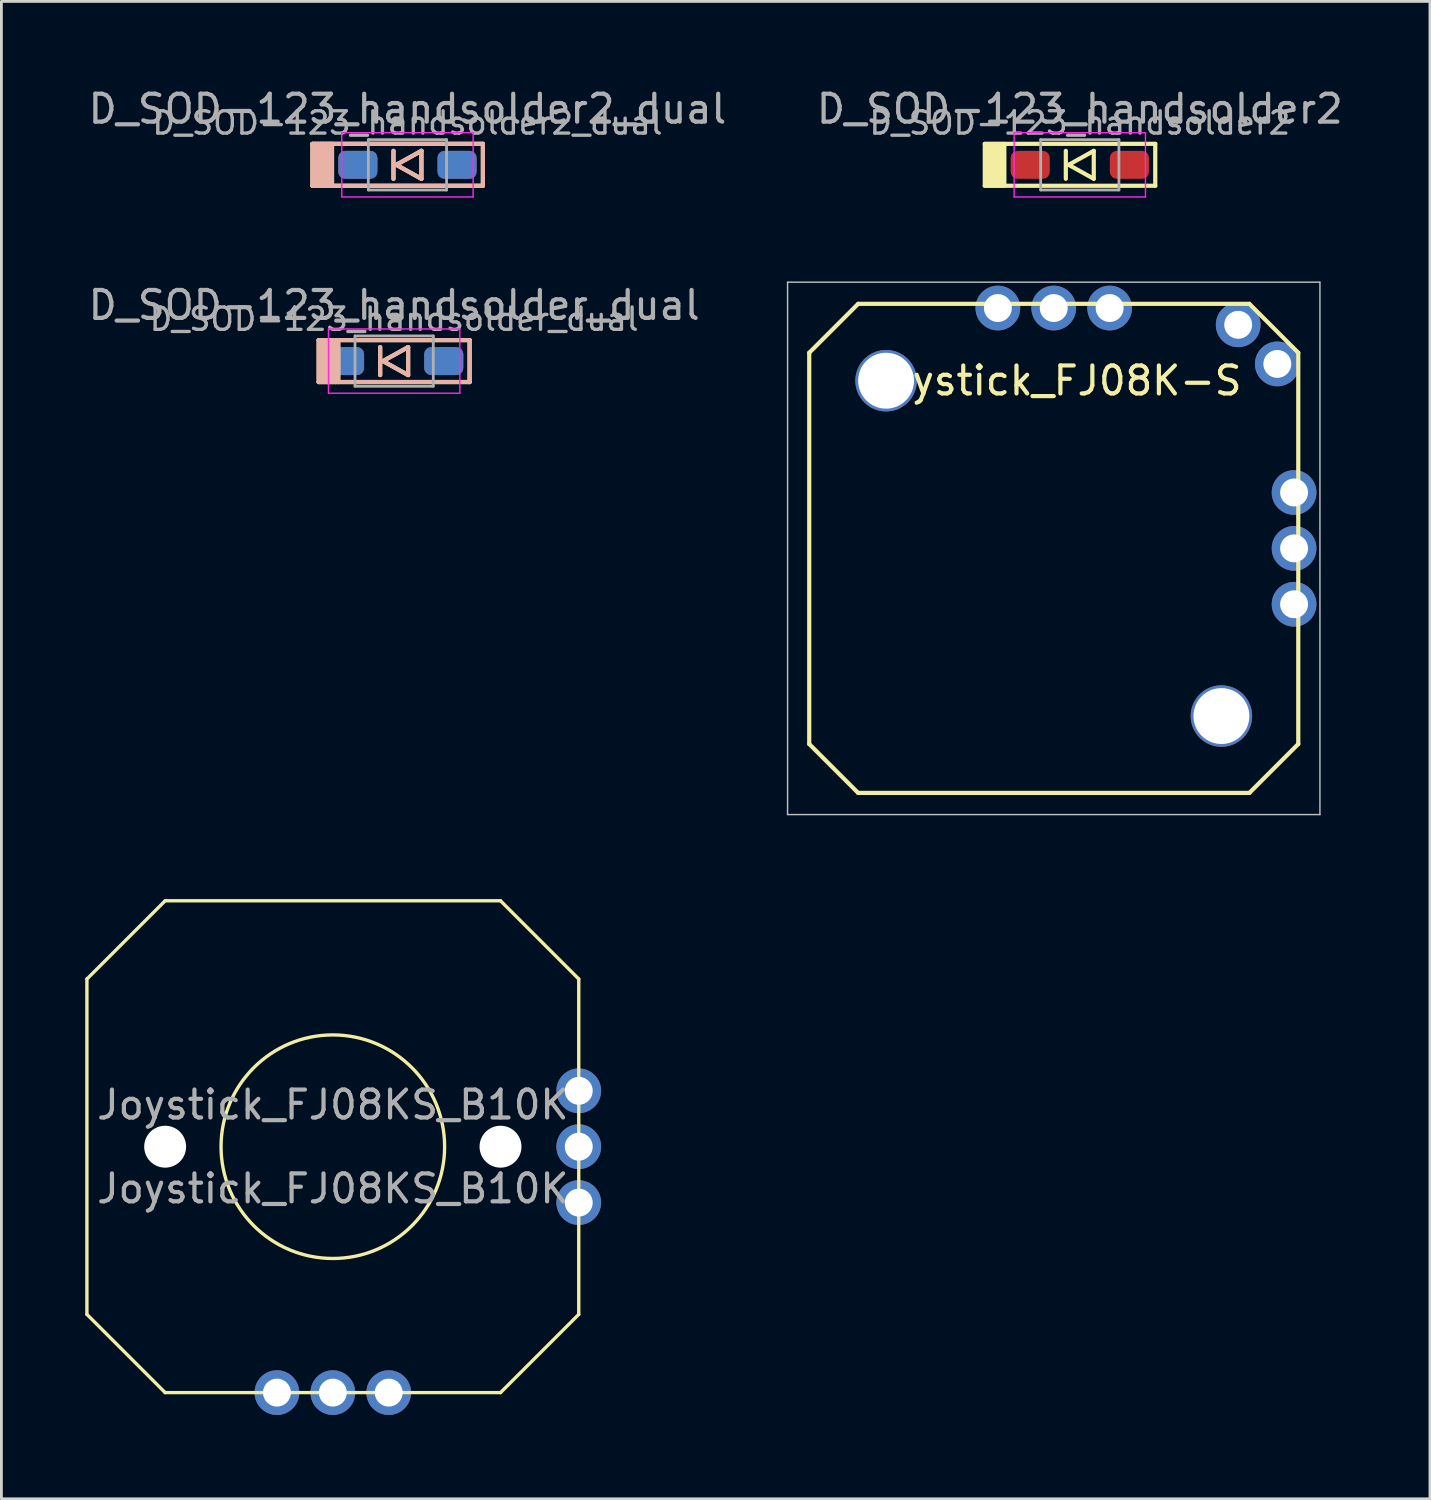
<source format=kicad_pcb>
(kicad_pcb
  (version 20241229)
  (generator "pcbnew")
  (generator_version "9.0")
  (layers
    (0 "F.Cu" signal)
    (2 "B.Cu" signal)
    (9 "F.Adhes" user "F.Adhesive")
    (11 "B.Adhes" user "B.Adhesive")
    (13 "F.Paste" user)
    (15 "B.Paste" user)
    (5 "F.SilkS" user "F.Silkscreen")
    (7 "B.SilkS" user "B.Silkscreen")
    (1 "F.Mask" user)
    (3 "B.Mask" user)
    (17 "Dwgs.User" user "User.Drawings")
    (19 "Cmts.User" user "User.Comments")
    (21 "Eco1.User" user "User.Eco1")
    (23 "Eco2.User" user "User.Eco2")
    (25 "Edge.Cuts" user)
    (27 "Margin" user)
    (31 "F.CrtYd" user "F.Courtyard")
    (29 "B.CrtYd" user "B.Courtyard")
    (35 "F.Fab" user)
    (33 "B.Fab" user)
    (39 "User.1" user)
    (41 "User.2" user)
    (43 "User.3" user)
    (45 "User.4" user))
  (footprint "D_SOD-123_handsolder2_dual"
    (layer "F.Cu")
    (at 11.53 2.848)
    (property "Reference" "D_SOD-123_handsolder2_dual" (at 0 -1.5 0) (layer "F.Fab") (effects (font (size 0.8 0.8) (thickness 0.12))))
    (attr smd)
    (fp_line (start -3.4 -0.75) (end -3.4 0.75) (stroke (width 0.15) (type solid)) (layer "F.SilkS"))
    (fp_line (start -3.4 0.75) (end 2.7 0.75) (stroke (width 0.15) (type solid)) (layer "F.SilkS"))
    (fp_line (start -3.3 -0.75) (end -3.3 0.75) (stroke (width 0.15) (type solid)) (layer "F.SilkS"))
    (fp_line (start -3.2 -0.75) (end -3.2 0.75) (stroke (width 0.15) (type solid)) (layer "F.SilkS"))
    (fp_line (start -3.1 -0.75) (end -3.1 0.75) (stroke (width 0.15) (type solid)) (layer "F.SilkS"))
    (fp_line (start -3 -0.75) (end -3 0.75) (stroke (width 0.15) (type solid)) (layer "F.SilkS"))
    (fp_line (start -2.9 -0.75) (end -2.9 0.75) (stroke (width 0.15) (type solid)) (layer "F.SilkS"))
    (fp_line (start -2.8 -0.75) (end -2.8 0.75) (stroke (width 0.15) (type solid)) (layer "F.SilkS"))
    (fp_line (start -2.7 -0.75) (end -2.7 0.75) (stroke (width 0.15) (type solid)) (layer "F.SilkS"))
    (fp_line (start -0.5 -0.5) (end -0.5 0.5) (stroke (width 0.15) (type solid)) (layer "F.SilkS"))
    (fp_line (start -0.4 0) (end 0.5 -0.5) (stroke (width 0.15) (type solid)) (layer "F.SilkS"))
    (fp_line (start 0.5 -0.5) (end 0.5 0.5) (stroke (width 0.15) (type solid)) (layer "F.SilkS"))
    (fp_line (start 0.5 0.5) (end -0.4 0) (stroke (width 0.15) (type solid)) (layer "F.SilkS"))
    (fp_line (start 2.7 -0.75) (end -3.4 -0.75) (stroke (width 0.15) (type solid)) (layer "F.SilkS"))
    (fp_line (start 2.7 -0.75) (end 2.7 0.75) (stroke (width 0.15) (type solid)) (layer "F.SilkS"))
    (fp_line (start -3.4 -0.75) (end 2.7 -0.75) (stroke (width 0.15) (type solid)) (layer "B.SilkS"))
    (fp_line (start -3.4 0.75) (end -3.4 -0.75) (stroke (width 0.15) (type solid)) (layer "B.SilkS"))
    (fp_line (start -3.3 0.75) (end -3.3 -0.75) (stroke (width 0.15) (type solid)) (layer "B.SilkS"))
    (fp_line (start -3.2 0.75) (end -3.2 -0.75) (stroke (width 0.15) (type solid)) (layer "B.SilkS"))
    (fp_line (start -3.1 0.75) (end -3.1 -0.75) (stroke (width 0.15) (type solid)) (layer "B.SilkS"))
    (fp_line (start -3 0.75) (end -3 -0.75) (stroke (width 0.15) (type solid)) (layer "B.SilkS"))
    (fp_line (start -2.9 0.75) (end -2.9 -0.75) (stroke (width 0.15) (type solid)) (layer "B.SilkS"))
    (fp_line (start -2.8 0.75) (end -2.8 -0.75) (stroke (width 0.15) (type solid)) (layer "B.SilkS"))
    (fp_line (start -2.7 0.75) (end -2.7 -0.75) (stroke (width 0.15) (type solid)) (layer "B.SilkS"))
    (fp_line (start -0.5 0.5) (end -0.5 -0.5) (stroke (width 0.15) (type solid)) (layer "B.SilkS"))
    (fp_line (start -0.4 0) (end 0.5 0.5) (stroke (width 0.15) (type solid)) (layer "B.SilkS"))
    (fp_line (start 0.5 -0.5) (end -0.4 0) (stroke (width 0.15) (type solid)) (layer "B.SilkS"))
    (fp_line (start 0.5 0.5) (end 0.5 -0.5) (stroke (width 0.15) (type solid)) (layer "B.SilkS"))
    (fp_line (start 2.7 0.75) (end -3.4 0.75) (stroke (width 0.15) (type solid)) (layer "B.SilkS"))
    (fp_line (start 2.7 0.75) (end 2.7 -0.75) (stroke (width 0.15) (type solid)) (layer "B.SilkS"))
    (fp_line (start -2.35 -1.15) (end -2.35 1.15) (stroke (width 0.05) (type solid)) (layer "F.CrtYd"))
    (fp_line (start -2.35 -1.15) (end 2.35 -1.15) (stroke (width 0.05) (type solid)) (layer "F.CrtYd"))
    (fp_line (start 2.35 -1.15) (end 2.35 1.15) (stroke (width 0.05) (type solid)) (layer "F.CrtYd"))
    (fp_line (start 2.35 1.15) (end -2.35 1.15) (stroke (width 0.05) (type solid)) (layer "F.CrtYd"))
    (fp_line (start -1.4 -0.9) (end 1.4 -0.9) (stroke (width 0.1) (type solid)) (layer "F.Fab"))
    (fp_line (start -1.4 0.9) (end -1.4 -0.9) (stroke (width 0.1) (type solid)) (layer "F.Fab"))
    (fp_line (start 1.4 -0.9) (end 1.4 0.9) (stroke (width 0.1) (type solid)) (layer "F.Fab"))
    (fp_line (start 1.4 0.9) (end -1.4 0.9) (stroke (width 0.1) (type solid)) (layer "F.Fab"))
    (fp_text user "${REFERENCE}" (at 0 -2 0) (layer "F.Fab") (effects (font (size 1 1) (thickness 0.15))))
    (pad "1" smd roundrect (at -1.775 0) (size 1.4 1) (layers "F.Cu" "F.Mask" "F.Paste") (roundrect_rratio 0.25))
    (pad "1" smd roundrect (at -1.775 0 180) (size 1.4 1) (layers "B.Cu" "B.Mask" "B.Paste") (roundrect_rratio 0.25))
    (pad "2" smd roundrect (at 1.775 0) (size 1.4 1) (layers "F.Cu" "F.Mask" "F.Paste") (roundrect_rratio 0.25))
    (pad "2" smd roundrect (at 1.775 0 180) (size 1.4 1) (layers "B.Cu" "B.Mask" "B.Paste") (roundrect_rratio 0.25)))
  (footprint "Joystick_FJ08K-S"
    (layer "F.Cu")
    (at 34.657 16.573)
    (property "Reference" "Joystick_FJ08K-S" (at 0 -6 0) (unlocked yes) (layer "F.SilkS") (effects (font (size 1 1) (thickness 0.15))))
    (attr through_hole)
    (fp_line (start -8.75 -7) (end -8.75 7) (stroke (width 0.15) (type solid)) (layer "F.SilkS"))
    (fp_line (start -8.75 7) (end -7 8.75) (stroke (width 0.15) (type solid)) (layer "F.SilkS"))
    (fp_line (start -7 -8.75) (end -8.75 -7) (stroke (width 0.15) (type solid)) (layer "F.SilkS"))
    (fp_line (start -7 8.75) (end 7 8.75) (stroke (width 0.15) (type solid)) (layer "F.SilkS"))
    (fp_line (start 7 -8.75) (end -7 -8.75) (stroke (width 0.15) (type solid)) (layer "F.SilkS"))
    (fp_line (start 7 8.75) (end 8.75 7) (stroke (width 0.15) (type solid)) (layer "F.SilkS"))
    (fp_line (start 8.75 -7) (end 7 -8.75) (stroke (width 0.15) (type solid)) (layer "F.SilkS"))
    (fp_line (start 8.75 7) (end 8.75 -7) (stroke (width 0.15) (type solid)) (layer "F.SilkS"))
    (fp_line (start -9.525 -9.525) (end -9.525 9.525) (stroke (width 0.05) (type solid)) (layer "Dwgs.User"))
    (fp_line (start -9.525 9.525) (end 9.525 9.525) (stroke (width 0.05) (type solid)) (layer "Dwgs.User"))
    (fp_line (start 9.525 -9.525) (end -9.525 -9.525) (stroke (width 0.05) (type solid)) (layer "Dwgs.User"))
    (fp_line (start 9.525 9.525) (end 9.525 -9.525) (stroke (width 0.05) (type solid)) (layer "Dwgs.User"))
    (pad "" np_thru_hole circle (at -6 -6) (size 2.2 2.2) (drill 2) (layers "*.Cu" "*.Mask"))
    (pad "" np_thru_hole circle (at 6 6) (size 2.2 2.2) (drill 2) (layers "*.Cu" "*.Mask"))
    (pad "1" thru_hole circle (at 2 -8.6) (size 1.6 1.6) (drill 1) (layers "*.Cu" "*.Mask"))
    (pad "1" thru_hole circle (at 8.6 2 270) (size 1.6 1.6) (drill 1) (layers "*.Cu" "*.Mask"))
    (pad "2" thru_hole circle (at -2 -8.6) (size 1.6 1.6) (drill 1) (layers "*.Cu" "*.Mask"))
    (pad "2" thru_hole circle (at 8.6 -2 270) (size 1.6 1.6) (drill 1) (layers "*.Cu" "*.Mask"))
    (pad "3" thru_hole circle (at 8.6 0 270) (size 1.6 1.6) (drill 1) (layers "*.Cu" "*.Mask"))
    (pad "4" thru_hole circle (at 0 -8.6) (size 1.6 1.6) (drill 1) (layers "*.Cu" "*.Mask"))
    (pad "5" thru_hole circle (at 6.6 -8) (size 1.6 1.6) (drill 1) (layers "*.Cu" "*.Mask"))
    (pad "6" thru_hole circle (at 8 -6.6 270) (size 1.6 1.6) (drill 1) (layers "*.Cu" "*.Mask")))
  (footprint "Joystick_FJ08KS_B10K"
    (layer "F.Cu")
    (at 8.86 37.983)
    (property "Reference" "Joystick_FJ08KS_B10K" (at 0 -1.5 0) (unlocked yes) (layer "F.Fab") (effects (font (size 1 1) (thickness 0.15))))
    (attr through_hole)
    (fp_line (start -8.8 6) (end -8.8 -6) (stroke (width 0.12) (type default)) (layer "F.SilkS"))
    (fp_line (start -8.8 6) (end -6 8.8) (stroke (width 0.12) (type default)) (layer "F.SilkS"))
    (fp_line (start -6 -8.8) (end -8.8 -6) (stroke (width 0.12) (type default)) (layer "F.SilkS"))
    (fp_line (start -6 -8.8) (end 6 -8.8) (stroke (width 0.12) (type default)) (layer "F.SilkS"))
    (fp_line (start -6 8.8) (end 6 8.8) (stroke (width 0.12) (type default)) (layer "F.SilkS"))
    (fp_line (start 6 -8.8) (end 8.8 -6) (stroke (width 0.12) (type default)) (layer "F.SilkS"))
    (fp_line (start 8.8 6) (end 6 8.8) (stroke (width 0.12) (type default)) (layer "F.SilkS"))
    (fp_line (start 8.8 6) (end 8.8 -6) (stroke (width 0.12) (type default)) (layer "F.SilkS"))
    (fp_circle (center 0 0) (end 4 0) (stroke (width 0.12) (type default)) (fill no) (layer "F.SilkS"))
    (fp_text user "${REFERENCE}" (at 0 1.5 0) (unlocked yes) (layer "F.Fab") (effects (font (size 1 1) (thickness 0.15))))
    (pad "" np_thru_hole circle (at -6 0) (size 1.5 1.5) (drill 1.5) (layers "*.Cu" "*.Mask"))
    (pad "" np_thru_hole circle (at 6 0) (size 1.5 1.5) (drill 1.5) (layers "*.Cu" "*.Mask"))
    (pad "1" thru_hole circle (at -2 8.8) (size 1.6 1.6) (drill 1) (layers "*.Cu" "*.Mask"))
    (pad "1" thru_hole circle (at 8.8 -2) (size 1.6 1.6) (drill 1) (layers "*.Cu" "*.Mask"))
    (pad "2" thru_hole circle (at 2 8.8) (size 1.6 1.6) (drill 1) (layers "*.Cu" "*.Mask"))
    (pad "2" thru_hole circle (at 8.8 2) (size 1.6 1.6) (drill 1) (layers "*.Cu" "*.Mask"))
    (pad "3" thru_hole circle (at 8.8 0) (size 1.6 1.6) (drill 1) (layers "*.Cu" "*.Mask"))
    (pad "4" thru_hole circle (at 0 8.8) (size 1.6 1.6) (drill 1) (layers "*.Cu" "*.Mask")))
  (footprint "D_SOD-123_handsolder_dual"
    (layer "F.Cu")
    (at 11.054 9.871)
    (property "Reference" "D_SOD-123_handsolder_dual" (at 0 -1.5 0) (layer "F.Fab") (effects (font (size 0.8 0.8) (thickness 0.12))))
    (attr smd)
    (fp_line (start -2.7 -0.75) (end -2.7 0.75) (stroke (width 0.15) (type solid)) (layer "F.SilkS"))
    (fp_line (start -2.7 0.75) (end 2.7 0.75) (stroke (width 0.15) (type solid)) (layer "F.SilkS"))
    (fp_line (start -2.6 -0.75) (end -2.6 0.75) (stroke (width 0.15) (type solid)) (layer "F.SilkS"))
    (fp_line (start -2.5 -0.75) (end -2.5 0.75) (stroke (width 0.15) (type solid)) (layer "F.SilkS"))
    (fp_line (start -2.4 -0.75) (end -2.4 0.75) (stroke (width 0.15) (type solid)) (layer "F.SilkS"))
    (fp_line (start -2.3 -0.75) (end -2.3 0.75) (stroke (width 0.15) (type solid)) (layer "F.SilkS"))
    (fp_line (start -2.2 -0.75) (end -2.2 0.75) (stroke (width 0.15) (type solid)) (layer "F.SilkS"))
    (fp_line (start -2.1 -0.75) (end -2.1 0.75) (stroke (width 0.15) (type solid)) (layer "F.SilkS"))
    (fp_line (start -2 -0.75) (end -2 0.75) (stroke (width 0.15) (type solid)) (layer "F.SilkS"))
    (fp_line (start -0.5 -0.5) (end -0.5 0.5) (stroke (width 0.15) (type solid)) (layer "F.SilkS"))
    (fp_line (start -0.4 0) (end 0.5 -0.5) (stroke (width 0.15) (type solid)) (layer "F.SilkS"))
    (fp_line (start 0.5 -0.5) (end 0.5 0.5) (stroke (width 0.15) (type solid)) (layer "F.SilkS"))
    (fp_line (start 0.5 0.5) (end -0.4 0) (stroke (width 0.15) (type solid)) (layer "F.SilkS"))
    (fp_line (start 2.7 -0.75) (end -2.7 -0.75) (stroke (width 0.15) (type solid)) (layer "F.SilkS"))
    (fp_line (start 2.7 -0.75) (end 2.7 0.75) (stroke (width 0.15) (type solid)) (layer "F.SilkS"))
    (fp_line (start -2.7 -0.75) (end 2.7 -0.75) (stroke (width 0.15) (type solid)) (layer "B.SilkS"))
    (fp_line (start -2.7 0.75) (end -2.7 -0.75) (stroke (width 0.15) (type solid)) (layer "B.SilkS"))
    (fp_line (start -2.6 0.75) (end -2.6 -0.75) (stroke (width 0.15) (type solid)) (layer "B.SilkS"))
    (fp_line (start -2.5 0.75) (end -2.5 -0.75) (stroke (width 0.15) (type solid)) (layer "B.SilkS"))
    (fp_line (start -2.4 0.75) (end -2.4 -0.75) (stroke (width 0.15) (type solid)) (layer "B.SilkS"))
    (fp_line (start -2.3 0.75) (end -2.3 -0.75) (stroke (width 0.15) (type solid)) (layer "B.SilkS"))
    (fp_line (start -2.2 0.75) (end -2.2 -0.75) (stroke (width 0.15) (type solid)) (layer "B.SilkS"))
    (fp_line (start -2.1 0.75) (end -2.1 -0.75) (stroke (width 0.15) (type solid)) (layer "B.SilkS"))
    (fp_line (start -2 0.75) (end -2 -0.75) (stroke (width 0.15) (type solid)) (layer "B.SilkS"))
    (fp_line (start -0.5 0.5) (end -0.5 -0.5) (stroke (width 0.15) (type solid)) (layer "B.SilkS"))
    (fp_line (start -0.4 0) (end 0.5 0.5) (stroke (width 0.15) (type solid)) (layer "B.SilkS"))
    (fp_line (start 0.5 -0.5) (end -0.4 0) (stroke (width 0.15) (type solid)) (layer "B.SilkS"))
    (fp_line (start 0.5 0.5) (end 0.5 -0.5) (stroke (width 0.15) (type solid)) (layer "B.SilkS"))
    (fp_line (start 2.7 0.75) (end -2.7 0.75) (stroke (width 0.15) (type solid)) (layer "B.SilkS"))
    (fp_line (start 2.7 0.75) (end 2.7 -0.75) (stroke (width 0.15) (type solid)) (layer "B.SilkS"))
    (fp_line (start -2.35 -1.15) (end -2.35 1.15) (stroke (width 0.05) (type solid)) (layer "F.CrtYd"))
    (fp_line (start -2.35 -1.15) (end 2.35 -1.15) (stroke (width 0.05) (type solid)) (layer "F.CrtYd"))
    (fp_line (start 2.35 -1.15) (end 2.35 1.15) (stroke (width 0.05) (type solid)) (layer "F.CrtYd"))
    (fp_line (start 2.35 1.15) (end -2.35 1.15) (stroke (width 0.05) (type solid)) (layer "F.CrtYd"))
    (fp_line (start -1.4 -0.9) (end 1.4 -0.9) (stroke (width 0.1) (type solid)) (layer "F.Fab"))
    (fp_line (start -1.4 0.9) (end -1.4 -0.9) (stroke (width 0.1) (type solid)) (layer "F.Fab"))
    (fp_line (start 1.4 -0.9) (end 1.4 0.9) (stroke (width 0.1) (type solid)) (layer "F.Fab"))
    (fp_line (start 1.4 0.9) (end -1.4 0.9) (stroke (width 0.1) (type solid)) (layer "F.Fab"))
    (fp_text user "${REFERENCE}" (at 0 -2 0) (layer "F.Fab") (effects (font (size 1 1) (thickness 0.15))))
    (pad "1" smd roundrect (at -1.775 0) (size 1.4 1) (layers "F.Cu" "F.Mask" "F.Paste") (roundrect_rratio 0.25))
    (pad "1" smd roundrect (at -1.775 0 180) (size 1.4 1) (layers "B.Cu" "B.Mask" "B.Paste") (roundrect_rratio 0.25))
    (pad "2" smd roundrect (at 1.775 0) (size 1.4 1) (layers "F.Cu" "F.Mask" "F.Paste") (roundrect_rratio 0.25))
    (pad "2" smd roundrect (at 1.775 0 180) (size 1.4 1) (layers "B.Cu" "B.Mask" "B.Paste") (roundrect_rratio 0.25)))
  (footprint "D_SOD-123_handsolder2"
    (layer "F.Cu")
    (at 35.589 2.848)
    (property "Reference" "D_SOD-123_handsolder2" (at 0 -1.5 0) (layer "F.Fab") (effects (font (size 0.8 0.8) (thickness 0.12))))
    (attr smd)
    (fp_line (start -3.4 -0.75) (end -3.4 0.75) (stroke (width 0.15) (type solid)) (layer "F.SilkS"))
    (fp_line (start -3.4 0.75) (end 2.7 0.75) (stroke (width 0.15) (type solid)) (layer "F.SilkS"))
    (fp_line (start -3.3 -0.75) (end -3.3 0.75) (stroke (width 0.15) (type solid)) (layer "F.SilkS"))
    (fp_line (start -3.2 -0.75) (end -3.2 0.75) (stroke (width 0.15) (type solid)) (layer "F.SilkS"))
    (fp_line (start -3.1 -0.75) (end -3.1 0.75) (stroke (width 0.15) (type solid)) (layer "F.SilkS"))
    (fp_line (start -3 -0.75) (end -3 0.75) (stroke (width 0.15) (type solid)) (layer "F.SilkS"))
    (fp_line (start -2.9 -0.75) (end -2.9 0.75) (stroke (width 0.15) (type solid)) (layer "F.SilkS"))
    (fp_line (start -2.8 -0.75) (end -2.8 0.75) (stroke (width 0.15) (type solid)) (layer "F.SilkS"))
    (fp_line (start -2.7 -0.75) (end -2.7 0.75) (stroke (width 0.15) (type solid)) (layer "F.SilkS"))
    (fp_line (start -0.5 -0.5) (end -0.5 0.5) (stroke (width 0.15) (type solid)) (layer "F.SilkS"))
    (fp_line (start -0.4 0) (end 0.5 -0.5) (stroke (width 0.15) (type solid)) (layer "F.SilkS"))
    (fp_line (start 0.5 -0.5) (end 0.5 0.5) (stroke (width 0.15) (type solid)) (layer "F.SilkS"))
    (fp_line (start 0.5 0.5) (end -0.4 0) (stroke (width 0.15) (type solid)) (layer "F.SilkS"))
    (fp_line (start 2.7 -0.75) (end -3.4 -0.75) (stroke (width 0.15) (type solid)) (layer "F.SilkS"))
    (fp_line (start 2.7 -0.75) (end 2.7 0.75) (stroke (width 0.15) (type solid)) (layer "F.SilkS"))
    (fp_line (start -2.35 -1.15) (end -2.35 1.15) (stroke (width 0.05) (type solid)) (layer "F.CrtYd"))
    (fp_line (start -2.35 -1.15) (end 2.35 -1.15) (stroke (width 0.05) (type solid)) (layer "F.CrtYd"))
    (fp_line (start 2.35 -1.15) (end 2.35 1.15) (stroke (width 0.05) (type solid)) (layer "F.CrtYd"))
    (fp_line (start 2.35 1.15) (end -2.35 1.15) (stroke (width 0.05) (type solid)) (layer "F.CrtYd"))
    (fp_line (start -1.4 -0.9) (end 1.4 -0.9) (stroke (width 0.1) (type solid)) (layer "F.Fab"))
    (fp_line (start -1.4 0.9) (end -1.4 -0.9) (stroke (width 0.1) (type solid)) (layer "F.Fab"))
    (fp_line (start 1.4 -0.9) (end 1.4 0.9) (stroke (width 0.1) (type solid)) (layer "F.Fab"))
    (fp_line (start 1.4 0.9) (end -1.4 0.9) (stroke (width 0.1) (type solid)) (layer "F.Fab"))
    (fp_text user "${REFERENCE}" (at 0 -2 0) (layer "F.Fab") (effects (font (size 1 1) (thickness 0.15))))
    (pad "1" smd roundrect (at -1.775 0) (size 1.4 1) (layers "F.Cu" "F.Mask" "F.Paste") (roundrect_rratio 0.25))
    (pad "2" smd roundrect (at 1.775 0) (size 1.4 1) (layers "F.Cu" "F.Mask" "F.Paste") (roundrect_rratio 0.25)))
  (gr_rect
    (start -3 -3)
    (end 48.119 50.583)
    (stroke (width 0.1) (type default))
    (fill no)
    (layer "Edge.Cuts")))
</source>
